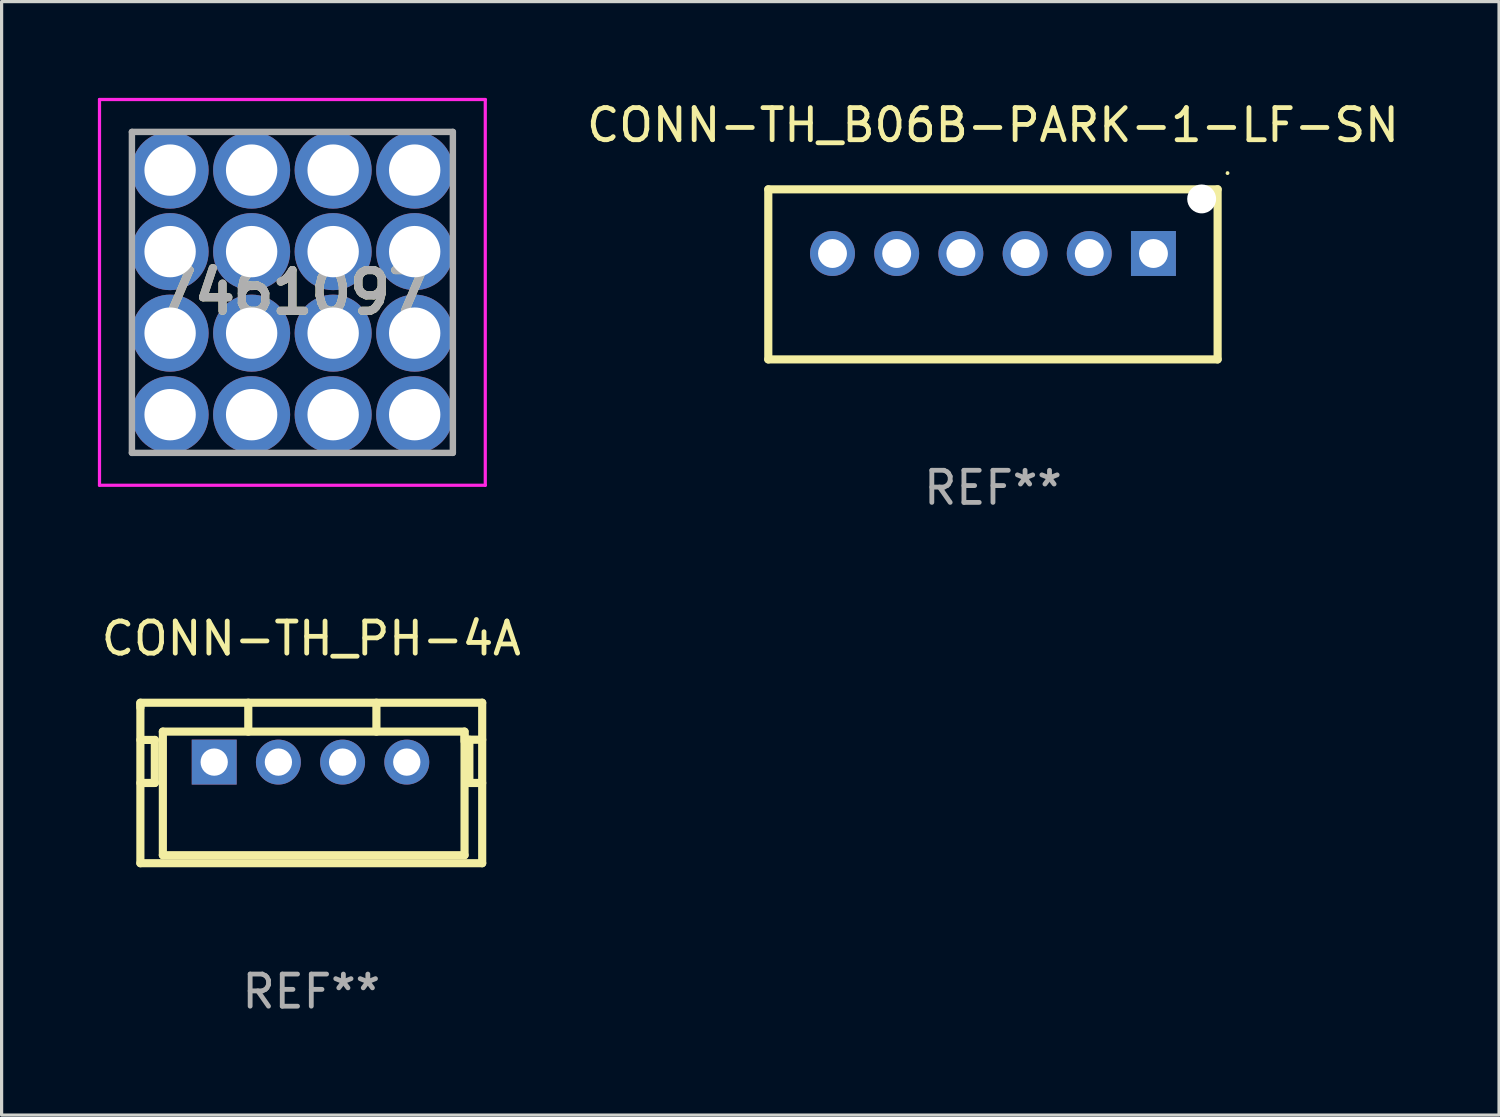
<source format=kicad_pcb>
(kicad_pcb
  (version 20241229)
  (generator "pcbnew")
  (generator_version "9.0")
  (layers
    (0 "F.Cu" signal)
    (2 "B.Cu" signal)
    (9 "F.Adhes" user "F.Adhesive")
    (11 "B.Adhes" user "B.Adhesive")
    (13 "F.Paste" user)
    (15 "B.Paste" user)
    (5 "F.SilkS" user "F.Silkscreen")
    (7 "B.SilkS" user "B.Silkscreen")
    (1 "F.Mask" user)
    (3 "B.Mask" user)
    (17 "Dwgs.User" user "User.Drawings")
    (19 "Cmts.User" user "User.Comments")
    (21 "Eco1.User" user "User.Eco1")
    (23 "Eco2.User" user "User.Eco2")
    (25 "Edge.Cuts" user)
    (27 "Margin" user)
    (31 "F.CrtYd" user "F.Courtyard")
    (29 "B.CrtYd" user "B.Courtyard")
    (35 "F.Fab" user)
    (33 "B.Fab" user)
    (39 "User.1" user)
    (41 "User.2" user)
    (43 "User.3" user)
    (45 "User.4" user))
  (footprint "CONN-TH_PH-4A"
    (layer "F.Cu")
    (at 6.624 20.695)
    (property "Reference" "CONN-TH_PH-4A" (at 0.025 -3.85 0) (layer "F.SilkS") (effects (font (size 1 1) (thickness 0.15))))
    (attr through_hole)
    (fp_line (start -5.3 -1.85) (end 5.35 -1.85) (stroke (width 0.254) (type solid)) (layer "F.SilkS"))
    (fp_line (start -5.3 -1.7) (end -5.3 -1.85) (stroke (width 0.254) (type solid)) (layer "F.SilkS"))
    (fp_line (start -5.3 -0.691) (end -4.85 -0.691) (stroke (width 0.254) (type solid)) (layer "F.SilkS"))
    (fp_line (start -5.3 3.15) (end -5.3 -1.8) (stroke (width 0.254) (type solid)) (layer "F.SilkS"))
    (fp_line (start -4.85 -0.691) (end -4.85 0.65) (stroke (width 0.254) (type solid)) (layer "F.SilkS"))
    (fp_line (start -4.85 0.65) (end -5.3 0.65) (stroke (width 0.254) (type solid)) (layer "F.SilkS"))
    (fp_line (start -4.6 -0.95) (end -4.6 2.9) (stroke (width 0.254) (type solid)) (layer "F.SilkS"))
    (fp_line (start -4.6 2.9) (end 4.8 2.9) (stroke (width 0.254) (type solid)) (layer "F.SilkS"))
    (fp_line (start -1.938 -0.95) (end -1.938 -1.85) (stroke (width 0.254) (type solid)) (layer "F.SilkS"))
    (fp_line (start 2.054 -0.95) (end 2.054 -1.85) (stroke (width 0.254) (type solid)) (layer "F.SilkS"))
    (fp_line (start 4.8 2.9) (end 4.8 -0.85) (stroke (width 0.254) (type solid)) (layer "F.SilkS"))
    (fp_line (start 4.8 -0.95) (end -4.6 -0.95) (stroke (width 0.254) (type solid)) (layer "F.SilkS"))
    (fp_line (start 4.8 -0.65) (end 4.8 -0.95) (stroke (width 0.254) (type solid)) (layer "F.SilkS"))
    (fp_line (start 4.95 -0.698) (end 4.95 0.65) (stroke (width 0.254) (type solid)) (layer "F.SilkS"))
    (fp_line (start 4.95 0.65) (end 5.35 0.65) (stroke (width 0.254) (type solid)) (layer "F.SilkS"))
    (fp_line (start 5.35 -1.85) (end 5.35 3.15) (stroke (width 0.254) (type solid)) (layer "F.SilkS"))
    (fp_line (start 5.35 -0.698) (end 4.95 -0.698) (stroke (width 0.254) (type solid)) (layer "F.SilkS"))
    (fp_line (start 5.35 3.15) (end -5.3 3.15) (stroke (width 0.254) (type solid)) (layer "F.SilkS"))
    (fp_circle (center -5.271 3.127) (end -5.241 3.127) (stroke (width 0.06) (type solid)) (fill no) (layer "F.SilkS"))
    (fp_text user "REF**" (at 0.025 7.15 0) (layer "F.Fab") (effects (font (size 1 1) (thickness 0.15))))
    (pad "1" thru_hole rect (at -3 0) (size 1.4 1.4) (drill 0.85) (layers "*.Cu" "*.Mask"))
    (pad "2" thru_hole circle (at -1 0) (size 1.4 1.4) (drill 0.85) (layers "*.Cu" "*.Mask"))
    (pad "3" thru_hole circle (at 1 0) (size 1.4 1.4) (drill 0.85) (layers "*.Cu" "*.Mask"))
    (pad "4" thru_hole circle (at 3 0) (size 1.4 1.4) (drill 0.85) (layers "*.Cu" "*.Mask")))
  (footprint "CONN-TH_B06B-PARK-1-LF-SN"
    (layer "F.Cu")
    (at 27.888 4.849)
    (property "Reference" "CONN-TH_B06B-PARK-1-LF-SN" (at 0.000241 -4.001 0) (layer "F.SilkS") (effects (font (size 1 1) (thickness 0.15))))
    (attr through_hole)
    (fp_line (start -7 -2) (end 7 -2) (stroke (width 0.254) (type solid)) (layer "F.SilkS"))
    (fp_line (start -7 3.299) (end -7 -2) (stroke (width 0.254) (type solid)) (layer "F.SilkS"))
    (fp_line (start -7 3.299) (end 7 3.299) (stroke (width 0.254) (type solid)) (layer "F.SilkS"))
    (fp_line (start 7 -2.001) (end 7 3.299) (stroke (width 0.254) (type solid)) (layer "F.SilkS"))
    (fp_circle (center 7.308 -2.506) (end 7.338 -2.506) (stroke (width 0.06) (type solid)) (fill no) (layer "F.SilkS"))
    (fp_text user "REF**" (at 0.000241 7.299 0) (layer "F.Fab") (effects (font (size 1 1) (thickness 0.15))))
    (pad "" np_thru_hole circle (at 6.502 -1.701) (size 0.9 0.9) (drill 0.9) (layers "*.Cu" "*.Mask"))
    (pad "1" thru_hole rect (at 5 -0.001 180) (size 1.4 1.4) (drill 0.9) (layers "*.Cu" "*.Mask"))
    (pad "2" thru_hole circle (at 3 -0.001) (size 1.4 1.4) (drill 0.9) (layers "*.Cu" "*.Mask"))
    (pad "3" thru_hole circle (at 1.002 0.001) (size 1.4 1.4) (drill 0.9) (layers "*.Cu" "*.Mask"))
    (pad "4" thru_hole circle (at -1 -0.001) (size 1.4 1.4) (drill 0.9) (layers "*.Cu" "*.Mask"))
    (pad "5" thru_hole circle (at -3 -0.001) (size 1.4 1.4) (drill 0.9) (layers "*.Cu" "*.Mask"))
    (pad "6" thru_hole circle (at -5 -0.001) (size 1.4 1.4) (drill 0.9) (layers "*.Cu" "*.Mask")))
  (footprint "7461097"
    (layer "F.Cu")
    (at 6.06 6.06)
    (property "Reference" "7461097" (at 0 0 0) (layer "F.SilkS") (effects (font (size 1.27 1.27) (thickness 0.254))))
    (attr through_hole)
    (fp_line (start -5 -3) (end -5 -2) (stroke (width 0.1) (type solid)) (layer "F.SilkS"))
    (fp_line (start -5 2) (end -5 3) (stroke (width 0.1) (type solid)) (layer "F.SilkS"))
    (fp_line (start -3 -5) (end -2 -5) (stroke (width 0.1) (type solid)) (layer "F.SilkS"))
    (fp_line (start -3 5) (end -2 5) (stroke (width 0.1) (type solid)) (layer "F.SilkS"))
    (fp_line (start 2 -5) (end 3 -5) (stroke (width 0.1) (type solid)) (layer "F.SilkS"))
    (fp_line (start 2 5) (end 3 5) (stroke (width 0.1) (type solid)) (layer "F.SilkS"))
    (fp_line (start 5 -3) (end 5 -2) (stroke (width 0.1) (type solid)) (layer "F.SilkS"))
    (fp_line (start 5 2) (end 5 3) (stroke (width 0.1) (type solid)) (layer "F.SilkS"))
    (fp_line (start -6.01 -6.01) (end 6.01 -6.01) (stroke (width 0.1) (type solid)) (layer "F.CrtYd"))
    (fp_line (start -6.01 6.01) (end -6.01 -6.01) (stroke (width 0.1) (type solid)) (layer "F.CrtYd"))
    (fp_line (start 6.01 -6.01) (end 6.01 6.01) (stroke (width 0.1) (type solid)) (layer "F.CrtYd"))
    (fp_line (start 6.01 6.01) (end -6.01 6.01) (stroke (width 0.1) (type solid)) (layer "F.CrtYd"))
    (fp_line (start -5 -5) (end 5 -5) (stroke (width 0.2) (type solid)) (layer "F.Fab"))
    (fp_line (start -5 5) (end -5 -5) (stroke (width 0.2) (type solid)) (layer "F.Fab"))
    (fp_line (start 5 -5) (end 5 5) (stroke (width 0.2) (type solid)) (layer "F.Fab"))
    (fp_line (start 5 5) (end -5 5) (stroke (width 0.2) (type solid)) (layer "F.Fab"))
    (fp_text user "${REFERENCE}" (at 0 0 0) (layer "F.Fab") (effects (font (size 1.27 1.27) (thickness 0.254))))
    (pad "1" thru_hole circle (at -3.81 3.81) (size 2.4 2.4) (drill 1.6) (layers "*.Cu" "*.Mask"))
    (pad "2" thru_hole circle (at -1.27 3.81) (size 2.4 2.4) (drill 1.6) (layers "*.Cu" "*.Mask"))
    (pad "3" thru_hole circle (at 1.27 3.81) (size 2.4 2.4) (drill 1.6) (layers "*.Cu" "*.Mask"))
    (pad "4" thru_hole circle (at 3.81 3.81) (size 2.4 2.4) (drill 1.6) (layers "*.Cu" "*.Mask"))
    (pad "5" thru_hole circle (at -3.81 1.27) (size 2.4 2.4) (drill 1.6) (layers "*.Cu" "*.Mask"))
    (pad "6" thru_hole circle (at -1.27 1.27) (size 2.4 2.4) (drill 1.6) (layers "*.Cu" "*.Mask"))
    (pad "7" thru_hole circle (at 1.27 1.27) (size 2.4 2.4) (drill 1.6) (layers "*.Cu" "*.Mask"))
    (pad "8" thru_hole circle (at 3.81 1.27) (size 2.4 2.4) (drill 1.6) (layers "*.Cu" "*.Mask"))
    (pad "9" thru_hole circle (at -3.81 -1.27) (size 2.4 2.4) (drill 1.6) (layers "*.Cu" "*.Mask"))
    (pad "10" thru_hole circle (at -1.27 -1.27) (size 2.4 2.4) (drill 1.6) (layers "*.Cu" "*.Mask"))
    (pad "11" thru_hole circle (at 1.27 -1.27) (size 2.4 2.4) (drill 1.6) (layers "*.Cu" "*.Mask"))
    (pad "12" thru_hole circle (at 3.81 -1.27) (size 2.4 2.4) (drill 1.6) (layers "*.Cu" "*.Mask"))
    (pad "13" thru_hole circle (at -3.81 -3.81) (size 2.4 2.4) (drill 1.6) (layers "*.Cu" "*.Mask"))
    (pad "14" thru_hole circle (at -1.27 -3.81) (size 2.4 2.4) (drill 1.6) (layers "*.Cu" "*.Mask"))
    (pad "15" thru_hole circle (at 1.27 -3.81) (size 2.4 2.4) (drill 1.6) (layers "*.Cu" "*.Mask"))
    (pad "16" thru_hole circle (at 3.81 -3.81) (size 2.4 2.4) (drill 1.6) (layers "*.Cu" "*.Mask")))
  (gr_rect
    (start -3 -3)
    (end 43.656 31.693)
    (stroke (width 0.1) (type default))
    (fill no)
    (layer "Edge.Cuts")))
</source>
